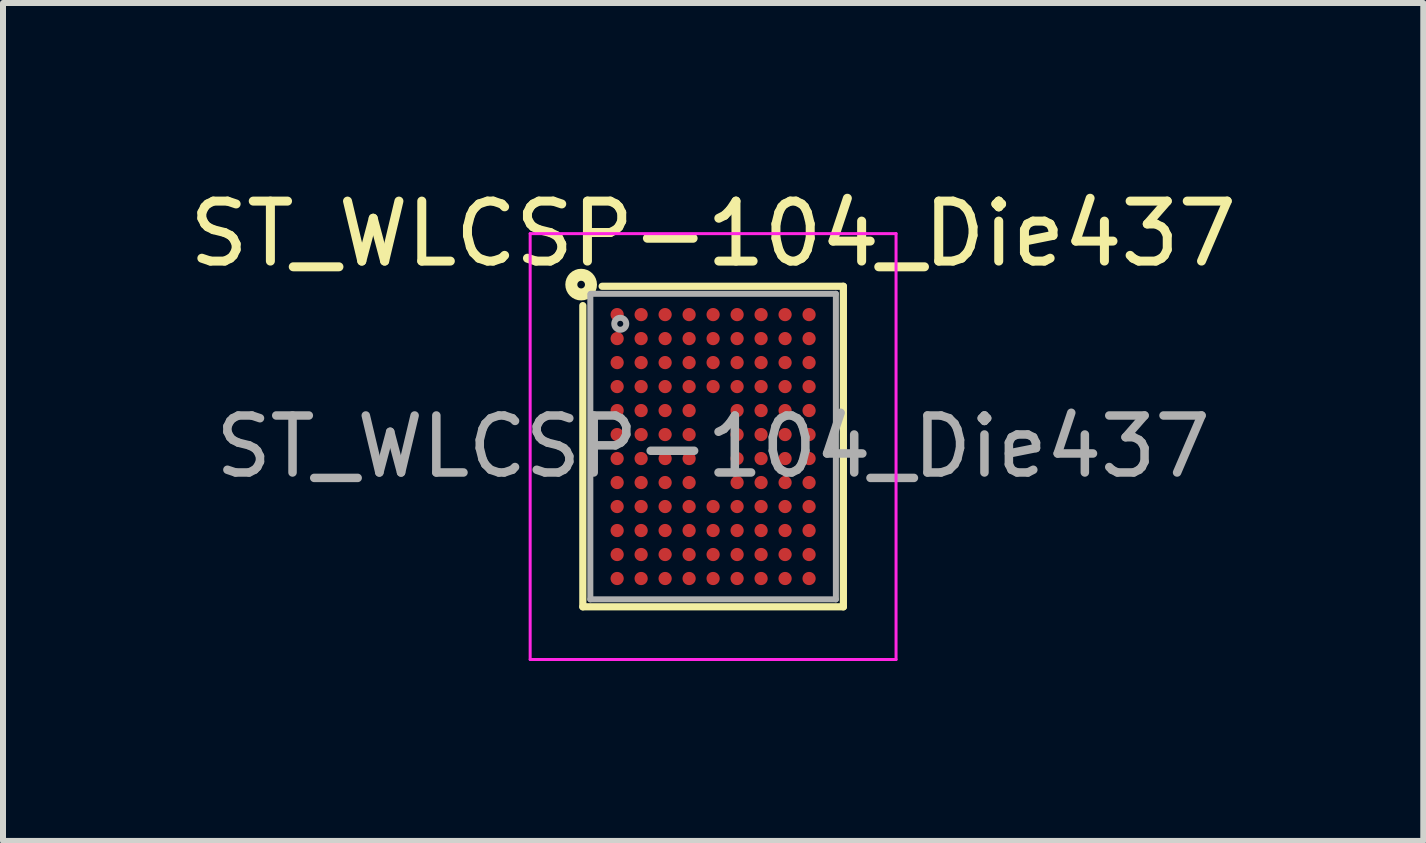
<source format=kicad_pcb>
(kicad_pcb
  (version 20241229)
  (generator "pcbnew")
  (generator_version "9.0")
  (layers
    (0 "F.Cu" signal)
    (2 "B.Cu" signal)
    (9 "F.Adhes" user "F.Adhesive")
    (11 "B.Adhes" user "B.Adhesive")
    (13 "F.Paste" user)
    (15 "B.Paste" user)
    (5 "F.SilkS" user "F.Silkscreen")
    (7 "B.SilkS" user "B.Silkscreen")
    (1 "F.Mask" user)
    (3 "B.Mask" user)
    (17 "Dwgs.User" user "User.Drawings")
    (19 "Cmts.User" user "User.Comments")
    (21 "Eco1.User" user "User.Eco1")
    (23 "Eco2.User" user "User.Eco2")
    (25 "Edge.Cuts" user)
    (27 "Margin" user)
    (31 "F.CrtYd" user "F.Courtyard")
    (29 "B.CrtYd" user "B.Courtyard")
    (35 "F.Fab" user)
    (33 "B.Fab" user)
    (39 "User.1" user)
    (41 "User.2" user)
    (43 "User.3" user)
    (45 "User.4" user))
  (footprint "ST_WLCSP-104_Die437"
    (layer "F.Cu")
    (at 8.839 4.395)
    (property "Reference" "ST_WLCSP-104_Die437" (at 0 -3.547 0) (layer "F.SilkS") (effects (font (size 1 1) (thickness 0.15))))
    (attr smd)
    (fp_line (start -2.172 2.672) (end -2.172 -2.35) (stroke (width 0.12) (type solid)) (layer "F.SilkS"))
    (fp_line (start -1.85 -2.672) (end 2.172 -2.672) (stroke (width 0.12) (type solid)) (layer "F.SilkS"))
    (fp_line (start 2.172 -2.672) (end 2.172 2.672) (stroke (width 0.12) (type solid)) (layer "F.SilkS"))
    (fp_line (start 2.172 2.672) (end -2.172 2.672) (stroke (width 0.12) (type solid)) (layer "F.SilkS"))
    (fp_circle (center -2.2 -2.7) (end -2.136 -2.7) (stroke (width 0.2) (type solid)) (fill no) (layer "F.SilkS"))
    (fp_line (start -3.05 -3.55) (end -3.05 3.55) (stroke (width 0.05) (type solid)) (layer "F.CrtYd"))
    (fp_line (start -3.05 3.55) (end 3.05 3.55) (stroke (width 0.05) (type solid)) (layer "F.CrtYd"))
    (fp_line (start 3.05 -3.55) (end -3.05 -3.55) (stroke (width 0.05) (type solid)) (layer "F.CrtYd"))
    (fp_line (start 3.05 3.55) (end 3.05 -3.55) (stroke (width 0.05) (type solid)) (layer "F.CrtYd"))
    (fp_line (start -2.047 2.547) (end -2.047 -2.54) (stroke (width 0.1) (type solid)) (layer "F.Fab"))
    (fp_line (start -2.04 -2.547) (end 2.047 -2.547) (stroke (width 0.1) (type solid)) (layer "F.Fab"))
    (fp_line (start 2.047 -2.547) (end 2.047 2.547) (stroke (width 0.1) (type solid)) (layer "F.Fab"))
    (fp_line (start 2.047 2.547) (end -2.047 2.547) (stroke (width 0.1) (type solid)) (layer "F.Fab"))
    (fp_circle (center -1.548 -2.047) (end -1.448 -2.047) (stroke (width 0.1) (type solid)) (fill no) (layer "F.Fab"))
    (fp_text user "${REFERENCE}" (at 0 0 0) (layer "F.Fab") (effects (font (size 0.95 0.95) (thickness 0.142))))
    (pad "A1" smd circle (at -1.6 -2.2) (size 0.22 0.22) (layers "F.Cu" "F.Mask" "F.Paste"))
    (pad "A2" smd circle (at -1.2 -2.2) (size 0.22 0.22) (layers "F.Cu" "F.Mask" "F.Paste"))
    (pad "A3" smd circle (at -0.8 -2.2) (size 0.22 0.22) (layers "F.Cu" "F.Mask" "F.Paste"))
    (pad "A4" smd circle (at -0.4 -2.2) (size 0.22 0.22) (layers "F.Cu" "F.Mask" "F.Paste"))
    (pad "A5" smd circle (at 0 -2.2) (size 0.22 0.22) (layers "F.Cu" "F.Mask" "F.Paste"))
    (pad "A6" smd circle (at 0.4 -2.2) (size 0.22 0.22) (layers "F.Cu" "F.Mask" "F.Paste"))
    (pad "A7" smd circle (at 0.8 -2.2) (size 0.22 0.22) (layers "F.Cu" "F.Mask" "F.Paste"))
    (pad "A8" smd circle (at 1.2 -2.2) (size 0.22 0.22) (layers "F.Cu" "F.Mask" "F.Paste"))
    (pad "A9" smd circle (at 1.6 -2.2) (size 0.22 0.22) (layers "F.Cu" "F.Mask" "F.Paste"))
    (pad "B1" smd circle (at -1.6 -1.8) (size 0.22 0.22) (layers "F.Cu" "F.Mask" "F.Paste"))
    (pad "B2" smd circle (at -1.2 -1.8) (size 0.22 0.22) (layers "F.Cu" "F.Mask" "F.Paste"))
    (pad "B3" smd circle (at -0.8 -1.8) (size 0.22 0.22) (layers "F.Cu" "F.Mask" "F.Paste"))
    (pad "B4" smd circle (at -0.4 -1.8) (size 0.22 0.22) (layers "F.Cu" "F.Mask" "F.Paste"))
    (pad "B5" smd circle (at 0 -1.8) (size 0.22 0.22) (layers "F.Cu" "F.Mask" "F.Paste"))
    (pad "B6" smd circle (at 0.4 -1.8) (size 0.22 0.22) (layers "F.Cu" "F.Mask" "F.Paste"))
    (pad "B7" smd circle (at 0.8 -1.8) (size 0.22 0.22) (layers "F.Cu" "F.Mask" "F.Paste"))
    (pad "B8" smd circle (at 1.2 -1.8) (size 0.22 0.22) (layers "F.Cu" "F.Mask" "F.Paste"))
    (pad "B9" smd circle (at 1.6 -1.8) (size 0.22 0.22) (layers "F.Cu" "F.Mask" "F.Paste"))
    (pad "C1" smd circle (at -1.6 -1.4) (size 0.22 0.22) (layers "F.Cu" "F.Mask" "F.Paste"))
    (pad "C2" smd circle (at -1.2 -1.4) (size 0.22 0.22) (layers "F.Cu" "F.Mask" "F.Paste"))
    (pad "C3" smd circle (at -0.8 -1.4) (size 0.22 0.22) (layers "F.Cu" "F.Mask" "F.Paste"))
    (pad "C4" smd circle (at -0.4 -1.4) (size 0.22 0.22) (layers "F.Cu" "F.Mask" "F.Paste"))
    (pad "C5" smd circle (at 0 -1.4) (size 0.22 0.22) (layers "F.Cu" "F.Mask" "F.Paste"))
    (pad "C6" smd circle (at 0.4 -1.4) (size 0.22 0.22) (layers "F.Cu" "F.Mask" "F.Paste"))
    (pad "C7" smd circle (at 0.8 -1.4) (size 0.22 0.22) (layers "F.Cu" "F.Mask" "F.Paste"))
    (pad "C8" smd circle (at 1.2 -1.4) (size 0.22 0.22) (layers "F.Cu" "F.Mask" "F.Paste"))
    (pad "C9" smd circle (at 1.6 -1.4) (size 0.22 0.22) (layers "F.Cu" "F.Mask" "F.Paste"))
    (pad "D1" smd circle (at -1.6 -1) (size 0.22 0.22) (layers "F.Cu" "F.Mask" "F.Paste"))
    (pad "D2" smd circle (at -1.2 -1) (size 0.22 0.22) (layers "F.Cu" "F.Mask" "F.Paste"))
    (pad "D3" smd circle (at -0.8 -1) (size 0.22 0.22) (layers "F.Cu" "F.Mask" "F.Paste"))
    (pad "D4" smd circle (at -0.4 -1) (size 0.22 0.22) (layers "F.Cu" "F.Mask" "F.Paste"))
    (pad "D5" smd circle (at 0 -1) (size 0.22 0.22) (layers "F.Cu" "F.Mask" "F.Paste"))
    (pad "D6" smd circle (at 0.4 -1) (size 0.22 0.22) (layers "F.Cu" "F.Mask" "F.Paste"))
    (pad "D7" smd circle (at 0.8 -1) (size 0.22 0.22) (layers "F.Cu" "F.Mask" "F.Paste"))
    (pad "D8" smd circle (at 1.2 -1) (size 0.22 0.22) (layers "F.Cu" "F.Mask" "F.Paste"))
    (pad "D9" smd circle (at 1.6 -1) (size 0.22 0.22) (layers "F.Cu" "F.Mask" "F.Paste"))
    (pad "E1" smd circle (at -1.6 -0.6) (size 0.22 0.22) (layers "F.Cu" "F.Mask" "F.Paste"))
    (pad "E2" smd circle (at -1.2 -0.6) (size 0.22 0.22) (layers "F.Cu" "F.Mask" "F.Paste"))
    (pad "E3" smd circle (at -0.8 -0.6) (size 0.22 0.22) (layers "F.Cu" "F.Mask" "F.Paste"))
    (pad "E4" smd circle (at -0.4 -0.6) (size 0.22 0.22) (layers "F.Cu" "F.Mask" "F.Paste"))
    (pad "E6" smd circle (at 0.4 -0.6) (size 0.22 0.22) (layers "F.Cu" "F.Mask" "F.Paste"))
    (pad "E7" smd circle (at 0.8 -0.6) (size 0.22 0.22) (layers "F.Cu" "F.Mask" "F.Paste"))
    (pad "E8" smd circle (at 1.2 -0.6) (size 0.22 0.22) (layers "F.Cu" "F.Mask" "F.Paste"))
    (pad "E9" smd circle (at 1.6 -0.6) (size 0.22 0.22) (layers "F.Cu" "F.Mask" "F.Paste"))
    (pad "F1" smd circle (at -1.6 -0.2) (size 0.22 0.22) (layers "F.Cu" "F.Mask" "F.Paste"))
    (pad "F2" smd circle (at -1.2 -0.2) (size 0.22 0.22) (layers "F.Cu" "F.Mask" "F.Paste"))
    (pad "F3" smd circle (at -0.8 -0.2) (size 0.22 0.22) (layers "F.Cu" "F.Mask" "F.Paste"))
    (pad "F4" smd circle (at -0.4 -0.2) (size 0.22 0.22) (layers "F.Cu" "F.Mask" "F.Paste"))
    (pad "F6" smd circle (at 0.4 -0.2) (size 0.22 0.22) (layers "F.Cu" "F.Mask" "F.Paste"))
    (pad "F7" smd circle (at 0.8 -0.2) (size 0.22 0.22) (layers "F.Cu" "F.Mask" "F.Paste"))
    (pad "F8" smd circle (at 1.2 -0.2) (size 0.22 0.22) (layers "F.Cu" "F.Mask" "F.Paste"))
    (pad "F9" smd circle (at 1.6 -0.2) (size 0.22 0.22) (layers "F.Cu" "F.Mask" "F.Paste"))
    (pad "G1" smd circle (at -1.6 0.2) (size 0.22 0.22) (layers "F.Cu" "F.Mask" "F.Paste"))
    (pad "G2" smd circle (at -1.2 0.2) (size 0.22 0.22) (layers "F.Cu" "F.Mask" "F.Paste"))
    (pad "G3" smd circle (at -0.8 0.2) (size 0.22 0.22) (layers "F.Cu" "F.Mask" "F.Paste"))
    (pad "G4" smd circle (at -0.4 0.2) (size 0.22 0.22) (layers "F.Cu" "F.Mask" "F.Paste"))
    (pad "G6" smd circle (at 0.4 0.2) (size 0.22 0.22) (layers "F.Cu" "F.Mask" "F.Paste"))
    (pad "G7" smd circle (at 0.8 0.2) (size 0.22 0.22) (layers "F.Cu" "F.Mask" "F.Paste"))
    (pad "G8" smd circle (at 1.2 0.2) (size 0.22 0.22) (layers "F.Cu" "F.Mask" "F.Paste"))
    (pad "G9" smd circle (at 1.6 0.2) (size 0.22 0.22) (layers "F.Cu" "F.Mask" "F.Paste"))
    (pad "H1" smd circle (at -1.6 0.6) (size 0.22 0.22) (layers "F.Cu" "F.Mask" "F.Paste"))
    (pad "H2" smd circle (at -1.2 0.6) (size 0.22 0.22) (layers "F.Cu" "F.Mask" "F.Paste"))
    (pad "H3" smd circle (at -0.8 0.6) (size 0.22 0.22) (layers "F.Cu" "F.Mask" "F.Paste"))
    (pad "H4" smd circle (at -0.4 0.6) (size 0.22 0.22) (layers "F.Cu" "F.Mask" "F.Paste"))
    (pad "H6" smd circle (at 0.4 0.6) (size 0.22 0.22) (layers "F.Cu" "F.Mask" "F.Paste"))
    (pad "H7" smd circle (at 0.8 0.6) (size 0.22 0.22) (layers "F.Cu" "F.Mask" "F.Paste"))
    (pad "H8" smd circle (at 1.2 0.6) (size 0.22 0.22) (layers "F.Cu" "F.Mask" "F.Paste"))
    (pad "H9" smd circle (at 1.6 0.6) (size 0.22 0.22) (layers "F.Cu" "F.Mask" "F.Paste"))
    (pad "J1" smd circle (at -1.6 1) (size 0.22 0.22) (layers "F.Cu" "F.Mask" "F.Paste"))
    (pad "J2" smd circle (at -1.2 1) (size 0.22 0.22) (layers "F.Cu" "F.Mask" "F.Paste"))
    (pad "J3" smd circle (at -0.8 1) (size 0.22 0.22) (layers "F.Cu" "F.Mask" "F.Paste"))
    (pad "J4" smd circle (at -0.4 1) (size 0.22 0.22) (layers "F.Cu" "F.Mask" "F.Paste"))
    (pad "J5" smd circle (at 0 1) (size 0.22 0.22) (layers "F.Cu" "F.Mask" "F.Paste"))
    (pad "J6" smd circle (at 0.4 1) (size 0.22 0.22) (layers "F.Cu" "F.Mask" "F.Paste"))
    (pad "J7" smd circle (at 0.8 1) (size 0.22 0.22) (layers "F.Cu" "F.Mask" "F.Paste"))
    (pad "J8" smd circle (at 1.2 1) (size 0.22 0.22) (layers "F.Cu" "F.Mask" "F.Paste"))
    (pad "J9" smd circle (at 1.6 1) (size 0.22 0.22) (layers "F.Cu" "F.Mask" "F.Paste"))
    (pad "K1" smd circle (at -1.6 1.4) (size 0.22 0.22) (layers "F.Cu" "F.Mask" "F.Paste"))
    (pad "K2" smd circle (at -1.2 1.4) (size 0.22 0.22) (layers "F.Cu" "F.Mask" "F.Paste"))
    (pad "K3" smd circle (at -0.8 1.4) (size 0.22 0.22) (layers "F.Cu" "F.Mask" "F.Paste"))
    (pad "K4" smd circle (at -0.4 1.4) (size 0.22 0.22) (layers "F.Cu" "F.Mask" "F.Paste"))
    (pad "K5" smd circle (at 0 1.4) (size 0.22 0.22) (layers "F.Cu" "F.Mask" "F.Paste"))
    (pad "K6" smd circle (at 0.4 1.4) (size 0.22 0.22) (layers "F.Cu" "F.Mask" "F.Paste"))
    (pad "K7" smd circle (at 0.8 1.4) (size 0.22 0.22) (layers "F.Cu" "F.Mask" "F.Paste"))
    (pad "K8" smd circle (at 1.2 1.4) (size 0.22 0.22) (layers "F.Cu" "F.Mask" "F.Paste"))
    (pad "K9" smd circle (at 1.6 1.4) (size 0.22 0.22) (layers "F.Cu" "F.Mask" "F.Paste"))
    (pad "L1" smd circle (at -1.6 1.8) (size 0.22 0.22) (layers "F.Cu" "F.Mask" "F.Paste"))
    (pad "L2" smd circle (at -1.2 1.8) (size 0.22 0.22) (layers "F.Cu" "F.Mask" "F.Paste"))
    (pad "L3" smd circle (at -0.8 1.8) (size 0.22 0.22) (layers "F.Cu" "F.Mask" "F.Paste"))
    (pad "L4" smd circle (at -0.4 1.8) (size 0.22 0.22) (layers "F.Cu" "F.Mask" "F.Paste"))
    (pad "L5" smd circle (at 0 1.8) (size 0.22 0.22) (layers "F.Cu" "F.Mask" "F.Paste"))
    (pad "L6" smd circle (at 0.4 1.8) (size 0.22 0.22) (layers "F.Cu" "F.Mask" "F.Paste"))
    (pad "L7" smd circle (at 0.8 1.8) (size 0.22 0.22) (layers "F.Cu" "F.Mask" "F.Paste"))
    (pad "L8" smd circle (at 1.2 1.8) (size 0.22 0.22) (layers "F.Cu" "F.Mask" "F.Paste"))
    (pad "L9" smd circle (at 1.6 1.8) (size 0.22 0.22) (layers "F.Cu" "F.Mask" "F.Paste"))
    (pad "M1" smd circle (at -1.6 2.2) (size 0.22 0.22) (layers "F.Cu" "F.Mask" "F.Paste"))
    (pad "M2" smd circle (at -1.2 2.2) (size 0.22 0.22) (layers "F.Cu" "F.Mask" "F.Paste"))
    (pad "M3" smd circle (at -0.8 2.2) (size 0.22 0.22) (layers "F.Cu" "F.Mask" "F.Paste"))
    (pad "M4" smd circle (at -0.4 2.2) (size 0.22 0.22) (layers "F.Cu" "F.Mask" "F.Paste"))
    (pad "M5" smd circle (at 0 2.2) (size 0.22 0.22) (layers "F.Cu" "F.Mask" "F.Paste"))
    (pad "M6" smd circle (at 0.4 2.2) (size 0.22 0.22) (layers "F.Cu" "F.Mask" "F.Paste"))
    (pad "M7" smd circle (at 0.8 2.2) (size 0.22 0.22) (layers "F.Cu" "F.Mask" "F.Paste"))
    (pad "M8" smd circle (at 1.2 2.2) (size 0.22 0.22) (layers "F.Cu" "F.Mask" "F.Paste"))
    (pad "M9" smd circle (at 1.6 2.2) (size 0.22 0.22) (layers "F.Cu" "F.Mask" "F.Paste")))
  (gr_rect
    (start -3 -3)
    (end 20.679 10.97)
    (stroke (width 0.1) (type default))
    (fill no)
    (layer "Edge.Cuts")))
</source>
